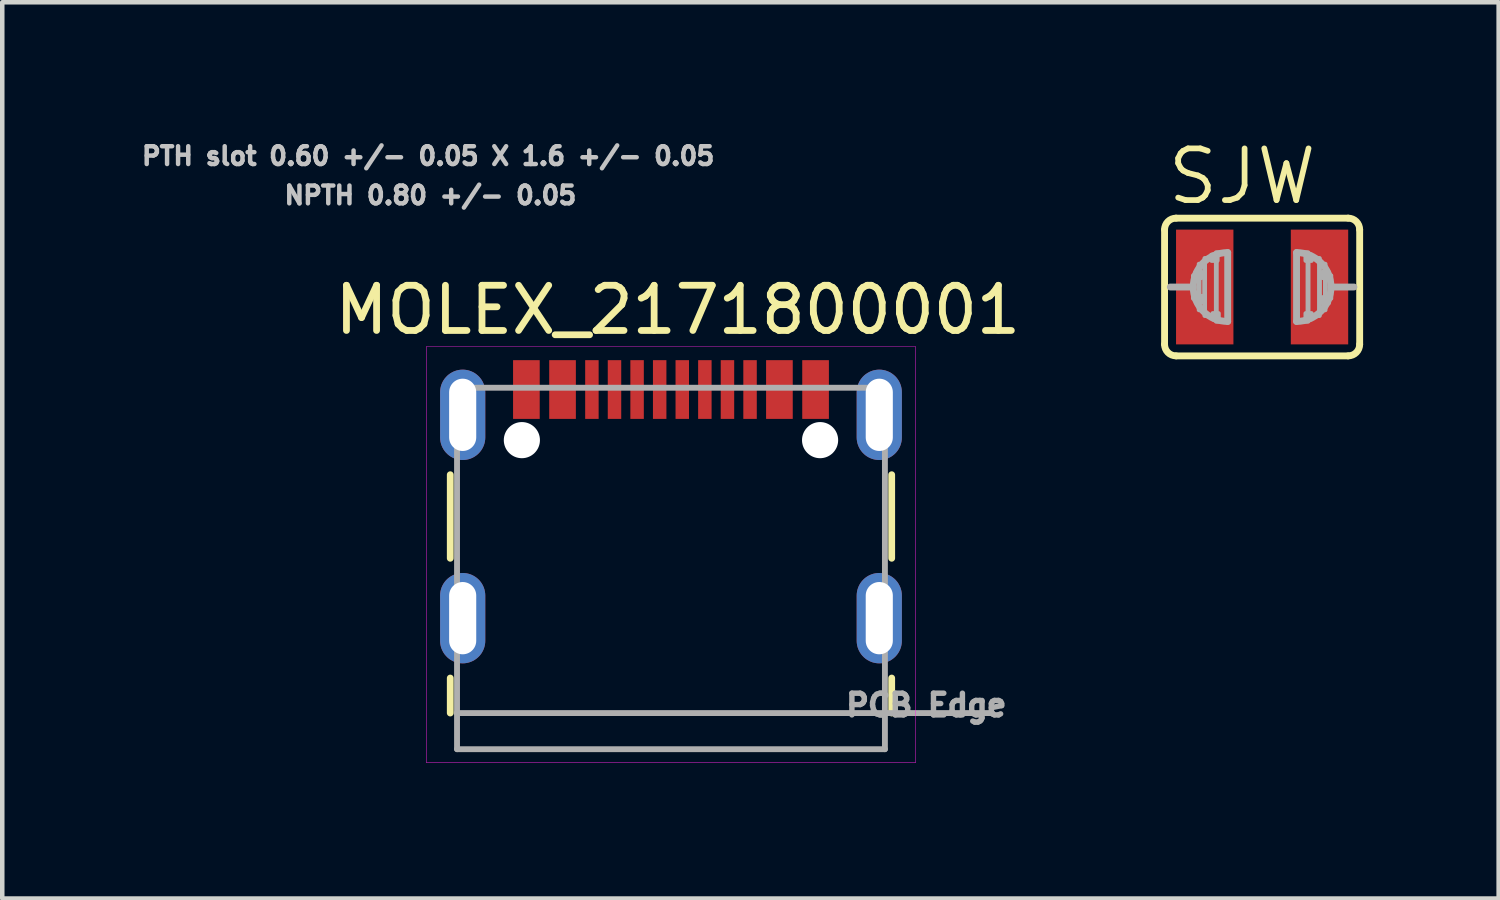
<source format=kicad_pcb>
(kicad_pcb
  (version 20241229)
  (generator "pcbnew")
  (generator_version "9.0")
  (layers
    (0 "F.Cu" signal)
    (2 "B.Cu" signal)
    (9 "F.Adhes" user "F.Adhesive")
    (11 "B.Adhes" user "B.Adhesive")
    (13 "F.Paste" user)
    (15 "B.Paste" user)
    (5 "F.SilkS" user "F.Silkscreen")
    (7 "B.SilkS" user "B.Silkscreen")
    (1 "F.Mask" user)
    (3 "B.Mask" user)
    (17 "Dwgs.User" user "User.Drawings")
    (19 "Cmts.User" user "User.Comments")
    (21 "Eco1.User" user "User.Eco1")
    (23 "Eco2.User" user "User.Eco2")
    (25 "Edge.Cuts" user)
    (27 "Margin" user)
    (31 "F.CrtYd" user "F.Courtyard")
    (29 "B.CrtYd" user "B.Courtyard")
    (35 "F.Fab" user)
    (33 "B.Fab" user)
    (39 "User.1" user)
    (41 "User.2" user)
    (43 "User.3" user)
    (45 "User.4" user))
  (footprint "MOLEX_2171800001"
    (layer "F.Cu")
    (at 11.8 12.731)
    (property "Reference" "MOLEX_2171800001" (at 0.151 -8.922 0) (layer "F.SilkS") (effects (font (size 1 1) (thickness 0.15))))
    (attr smd)
    (fp_poly (pts (xy -2.759 -7.873) (xy -2.042 -7.873) (xy -2.042 -6.447) (xy -2.759 -6.447)) (stroke (width 0.01) (type solid)) (fill yes) (layer "F.Mask"))
    (fp_poly (pts (xy -1.962 -7.873) (xy -1.538 -7.873) (xy -1.538 -6.447) (xy -1.962 -6.447)) (stroke (width 0.01) (type solid)) (fill yes) (layer "F.Mask"))
    (fp_poly (pts (xy -1.462 -7.873) (xy -1.038 -7.873) (xy -1.038 -6.447) (xy -1.462 -6.447)) (stroke (width 0.01) (type solid)) (fill yes) (layer "F.Mask"))
    (fp_poly (pts (xy -0.963 -7.873) (xy -0.537 -7.873) (xy -0.537 -6.447) (xy -0.963 -6.447)) (stroke (width 0.01) (type solid)) (fill yes) (layer "F.Mask"))
    (fp_poly (pts (xy -0.463 -7.873) (xy -0.037 -7.873) (xy -0.037 -6.447) (xy -0.463 -6.447)) (stroke (width 0.01) (type solid)) (fill yes) (layer "F.Mask"))
    (fp_poly (pts (xy 0.037 -7.873) (xy 0.463 -7.873) (xy 0.463 -6.447) (xy 0.037 -6.447)) (stroke (width 0.01) (type solid)) (fill yes) (layer "F.Mask"))
    (fp_poly (pts (xy 0.537 -7.873) (xy 0.963 -7.873) (xy 0.963 -6.447) (xy 0.537 -6.447)) (stroke (width 0.01) (type solid)) (fill yes) (layer "F.Mask"))
    (fp_poly (pts (xy 1.038 -7.873) (xy 1.462 -7.873) (xy 1.462 -6.447) (xy 1.038 -6.447)) (stroke (width 0.01) (type solid)) (fill yes) (layer "F.Mask"))
    (fp_poly (pts (xy 1.538 -7.873) (xy 1.962 -7.873) (xy 1.962 -6.447) (xy 1.538 -6.447)) (stroke (width 0.01) (type solid)) (fill yes) (layer "F.Mask"))
    (fp_poly (pts (xy 2.042 -7.873) (xy 2.759 -7.873) (xy 2.759 -6.447) (xy 2.042 -6.447)) (stroke (width 0.01) (type solid)) (fill yes) (layer "F.Mask"))
    (fp_poly (pts (xy -3.558 -7.873) (xy -2.837 -7.873) (xy -2.837 -6.02) (xy -2.838 -5.998) (xy -2.84 -5.975) (xy -2.844 -5.952) (xy -2.849 -5.93) (xy -2.855 -5.908) (xy -2.862 -5.886) (xy -2.87 -5.865) (xy -2.879 -5.844) (xy -2.889 -5.823) (xy -2.9 -5.803) (xy -2.912 -5.784) (xy -2.925 -5.765) (xy -2.939 -5.747) (xy -2.954 -5.73) (xy -2.97 -5.713) (xy -2.987 -5.698) (xy -3.004 -5.683) (xy -3.022 -5.669) (xy -3.041 -5.656) (xy -3.06 -5.644) (xy -3.08 -5.632) (xy -3.1 -5.622) (xy -3.121 -5.613) (xy -3.143 -5.605) (xy -3.165 -5.598) (xy -3.187 -5.592) (xy -3.209 -5.587) (xy -3.232 -5.584) (xy -3.254 -5.581) (xy -3.275 -5.58) (xy -3.305 -5.58) (xy -3.329 -5.581) (xy -3.353 -5.583) (xy -3.377 -5.586) (xy -3.401 -5.59) (xy -3.424 -5.596) (xy -3.447 -5.603) (xy -3.47 -5.611) (xy -3.492 -5.62) (xy -3.514 -5.63) (xy -3.535 -5.642) (xy -3.556 -5.654) (xy -3.575 -5.668) (xy -3.594 -5.683) (xy -3.613 -5.698) (xy -3.63 -5.715) (xy -3.647 -5.732) (xy -3.662 -5.751) (xy -3.677 -5.77) (xy -3.691 -5.789) (xy -3.703 -5.81) (xy -3.715 -5.831) (xy -3.725 -5.853) (xy -3.734 -5.875) (xy -3.742 -5.898) (xy -3.749 -5.921) (xy -3.755 -5.944) (xy -3.759 -5.968) (xy -3.762 -5.992) (xy -3.764 -6.016) (xy -3.765 -6.04) (xy -3.765 -6.055) (xy -3.764 -6.07) (xy -3.764 -6.085) (xy -3.762 -6.1) (xy -3.76 -6.115) (xy -3.758 -6.129) (xy -3.755 -6.144) (xy -3.751 -6.159) (xy -3.747 -6.173) (xy -3.743 -6.187) (xy -3.738 -6.201) (xy -3.733 -6.215) (xy -3.727 -6.229) (xy -3.721 -6.243) (xy -3.715 -6.256) (xy -3.708 -6.269) (xy -3.7 -6.282) (xy -3.692 -6.295) (xy -3.684 -6.307) (xy -3.675 -6.319) (xy -3.666 -6.331) (xy -3.657 -6.343) (xy -3.647 -6.354) (xy -3.637 -6.365) (xy -3.626 -6.375) (xy -3.616 -6.386) (xy -3.604 -6.396) (xy -3.593 -6.405) (xy -3.581 -6.414) (xy -3.569 -6.423) (xy -3.558 -6.43) (xy -3.558 -7.873) (xy -3.558 -7.873)) (stroke (width 0.01) (type solid)) (fill yes) (layer "F.Mask"))
    (fp_poly (pts (xy 3.558 -7.873) (xy 2.837 -7.873) (xy 2.837 -6.02) (xy 2.838 -5.998) (xy 2.84 -5.975) (xy 2.844 -5.952) (xy 2.849 -5.93) (xy 2.855 -5.908) (xy 2.862 -5.886) (xy 2.87 -5.865) (xy 2.879 -5.844) (xy 2.889 -5.823) (xy 2.9 -5.803) (xy 2.912 -5.784) (xy 2.925 -5.765) (xy 2.939 -5.747) (xy 2.954 -5.73) (xy 2.97 -5.713) (xy 2.987 -5.698) (xy 3.004 -5.683) (xy 3.022 -5.669) (xy 3.041 -5.656) (xy 3.06 -5.644) (xy 3.08 -5.632) (xy 3.1 -5.622) (xy 3.121 -5.613) (xy 3.143 -5.605) (xy 3.165 -5.598) (xy 3.187 -5.592) (xy 3.209 -5.587) (xy 3.232 -5.584) (xy 3.254 -5.581) (xy 3.275 -5.58) (xy 3.305 -5.58) (xy 3.329 -5.581) (xy 3.353 -5.583) (xy 3.377 -5.586) (xy 3.401 -5.59) (xy 3.424 -5.596) (xy 3.447 -5.603) (xy 3.47 -5.611) (xy 3.492 -5.62) (xy 3.514 -5.63) (xy 3.535 -5.642) (xy 3.556 -5.654) (xy 3.575 -5.668) (xy 3.594 -5.683) (xy 3.613 -5.698) (xy 3.63 -5.715) (xy 3.647 -5.732) (xy 3.662 -5.751) (xy 3.677 -5.77) (xy 3.691 -5.789) (xy 3.703 -5.81) (xy 3.715 -5.831) (xy 3.725 -5.853) (xy 3.734 -5.875) (xy 3.742 -5.898) (xy 3.749 -5.921) (xy 3.755 -5.944) (xy 3.759 -5.968) (xy 3.762 -5.992) (xy 3.764 -6.016) (xy 3.765 -6.04) (xy 3.765 -6.055) (xy 3.764 -6.07) (xy 3.764 -6.085) (xy 3.762 -6.1) (xy 3.76 -6.115) (xy 3.758 -6.129) (xy 3.755 -6.144) (xy 3.751 -6.159) (xy 3.747 -6.173) (xy 3.743 -6.187) (xy 3.738 -6.201) (xy 3.733 -6.215) (xy 3.727 -6.229) (xy 3.721 -6.243) (xy 3.715 -6.256) (xy 3.708 -6.269) (xy 3.7 -6.282) (xy 3.692 -6.295) (xy 3.684 -6.307) (xy 3.675 -6.319) (xy 3.666 -6.331) (xy 3.657 -6.343) (xy 3.647 -6.354) (xy 3.637 -6.365) (xy 3.626 -6.375) (xy 3.616 -6.386) (xy 3.604 -6.396) (xy 3.593 -6.405) (xy 3.581 -6.414) (xy 3.569 -6.423) (xy 3.558 -6.43) (xy 3.558 -7.873) (xy 3.558 -7.873)) (stroke (width 0.01) (type solid)) (fill yes) (layer "F.Mask"))
    (fp_circle (center -3.3 -6.04) (end -3.068 -6.04) (stroke (width 0.464) (type solid)) (fill no) (layer "B.Mask"))
    (fp_circle (center 3.3 -6.04) (end 3.532 -6.04) (stroke (width 0.464) (type solid)) (fill no) (layer "B.Mask"))
    (fp_line (start -4.885 -3.425) (end -4.885 -5.275) (stroke (width 0.15) (type solid)) (layer "F.SilkS"))
    (fp_line (start -4.885 0) (end -4.885 -0.775) (stroke (width 0.15) (type solid)) (layer "F.SilkS"))
    (fp_line (start 4.885 -5.275) (end 4.885 -3.425) (stroke (width 0.15) (type solid)) (layer "F.SilkS"))
    (fp_line (start 4.885 -0.775) (end 4.885 0) (stroke (width 0.15) (type solid)) (layer "F.SilkS"))
    (fp_line (start -5.41 -8.11) (end 5.41 -8.11) (stroke (width 0.01) (type solid)) (layer "F.CrtYd"))
    (fp_line (start -5.41 1.1) (end -5.41 -8.11) (stroke (width 0.01) (type solid)) (layer "F.CrtYd"))
    (fp_line (start 5.41 -8.11) (end 5.41 1.1) (stroke (width 0.01) (type solid)) (layer "F.CrtYd"))
    (fp_line (start 5.41 1.1) (end -5.41 1.1) (stroke (width 0.01) (type solid)) (layer "F.CrtYd"))
    (fp_line (start -4.735 -7.2) (end 4.735 -7.2) (stroke (width 0.13) (type solid)) (layer "F.Fab"))
    (fp_line (start -4.735 0) (end -4.735 -7.2) (stroke (width 0.13) (type solid)) (layer "F.Fab"))
    (fp_line (start -4.735 0) (end -4.735 0.8) (stroke (width 0.13) (type solid)) (layer "F.Fab"))
    (fp_line (start 4.735 -7.2) (end 4.735 0) (stroke (width 0.13) (type solid)) (layer "F.Fab"))
    (fp_line (start 4.735 0) (end -4.735 0) (stroke (width 0.13) (type solid)) (layer "F.Fab"))
    (fp_line (start 4.735 0) (end 7.11 0) (stroke (width 0.13) (type solid)) (layer "F.Fab"))
    (fp_line (start 4.735 0.8) (end -4.735 0.8) (stroke (width 0.13) (type solid)) (layer "F.Fab"))
    (fp_line (start 4.735 0.8) (end 4.735 0) (stroke (width 0.13) (type solid)) (layer "F.Fab"))
    (fp_text user "NPTH 0.80 +/- 0.05" (at -5.324 -11.458 0) (layer "Dwgs.User") (effects (font (size 0.394 0.394) (thickness 0.15))))
    (fp_text user "PTH slot 0.60 +/- 0.05 X 1.6 +/- 0.05" (at -5.374 -12.328 0) (layer "Dwgs.User") (effects (font (size 0.394 0.394) (thickness 0.15))))
    (fp_text user "PCB Edge" (at 5.65 -0.175 0) (layer "F.Fab") (effects (font (size 0.48 0.48) (thickness 0.15))))
    (pad "" np_thru_hole circle (at -3.3 -6.04) (size 0.8 0.8) (drill 0.8) (layers "*.Cu" "*.Mask"))
    (pad "" np_thru_hole circle (at 3.3 -6.04) (size 0.8 0.8) (drill 0.8) (layers "*.Cu" "*.Mask"))
    (pad "A1B12" smd rect (at -3.2 -7.16) (size 0.59 1.3) (layers "F.Cu" "F.Paste"))
    (pad "A4B9" smd rect (at -2.4 -7.16) (size 0.59 1.3) (layers "F.Cu" "F.Paste"))
    (pad "A5" smd rect (at -1.25 -7.16) (size 0.298 1.3) (layers "F.Cu" "F.Paste"))
    (pad "A6" smd rect (at -0.25 -7.16) (size 0.298 1.3) (layers "F.Cu" "F.Paste"))
    (pad "A7" smd rect (at 0.25 -7.16) (size 0.298 1.3) (layers "F.Cu" "F.Paste"))
    (pad "A8" smd rect (at 1.25 -7.16) (size 0.298 1.3) (layers "F.Cu" "F.Paste"))
    (pad "B1A12" smd rect (at 3.2 -7.16) (size 0.59 1.3) (layers "F.Cu" "F.Paste"))
    (pad "B4A9" smd rect (at 2.4 -7.16) (size 0.59 1.3) (layers "F.Cu" "F.Paste"))
    (pad "B5" smd rect (at 1.75 -7.16) (size 0.298 1.3) (layers "F.Cu" "F.Paste"))
    (pad "B6" smd rect (at 0.75 -7.16) (size 0.298 1.3) (layers "F.Cu" "F.Paste"))
    (pad "B7" smd rect (at -0.75 -7.16) (size 0.298 1.3) (layers "F.Cu" "F.Paste"))
    (pad "B8" smd rect (at -1.75 -7.16) (size 0.298 1.3) (layers "F.Cu" "F.Paste"))
    (pad "SH1" thru_hole oval (at -4.61 -2.1) (size 1 2) (drill oval 0.6 1.6) (layers "*.Cu" "*.Mask"))
    (pad "SH2" thru_hole oval (at 4.61 -2.1) (size 1 2) (drill oval 0.6 1.6) (layers "*.Cu" "*.Mask"))
    (pad "SH3" thru_hole oval (at -4.61 -6.6) (size 1 2) (drill oval 0.6 1.6) (layers "*.Cu" "*.Mask"))
    (pad "SH4" thru_hole oval (at 4.61 -6.6) (size 1 2) (drill oval 0.6 1.6) (layers "*.Cu" "*.Mask")))
  (footprint "SJW"
    (layer "F.Cu")
    (at 24.883 3.302)
    (property "Reference" "SJW" (at -2.159 -1.778 0) (layer "F.SilkS") (effects (font (size 1.143 1.143) (thickness 0.127)) (justify left bottom)))
    (fp_line (start -2.159 1.27) (end -2.159 -1.27) (stroke (width 0.152) (type solid)) (layer "F.SilkS"))
    (fp_line (start -1.905 -1.524) (end 1.905 -1.524) (stroke (width 0.152) (type solid)) (layer "F.SilkS"))
    (fp_line (start 1.905 1.524) (end -1.905 1.524) (stroke (width 0.152) (type solid)) (layer "F.SilkS"))
    (fp_line (start 2.159 1.27) (end 2.159 -1.27) (stroke (width 0.152) (type solid)) (layer "F.SilkS"))
    (fp_arc (start -2.159 -1.27) (mid -2.084605 -1.449605) (end -1.905 -1.524) (stroke (width 0.1524) (type solid)) (layer "F.SilkS"))
    (fp_arc (start -1.905 1.524) (mid -2.084605 1.449605) (end -2.159 1.27) (stroke (width 0.1524) (type solid)) (layer "F.SilkS"))
    (fp_arc (start 1.905 -1.524) (mid 2.084605 -1.449605) (end 2.159 -1.27) (stroke (width 0.1524) (type solid)) (layer "F.SilkS"))
    (fp_arc (start 2.159 1.27) (mid 2.084605 1.449605) (end 1.905 1.524) (stroke (width 0.1524) (type solid)) (layer "F.SilkS"))
    (fp_line (start -1.524 0) (end -2.032 0) (stroke (width 0.152) (type solid)) (layer "F.Fab"))
    (fp_line (start -0.762 -0.762) (end -0.762 0.762) (stroke (width 0.152) (type solid)) (layer "F.Fab"))
    (fp_line (start 0.762 -0.762) (end 0.762 0.762) (stroke (width 0.152) (type solid)) (layer "F.Fab"))
    (fp_line (start 1.524 0) (end 2.032 0) (stroke (width 0.152) (type solid)) (layer "F.Fab"))
    (fp_arc (start -0.762 0.762) (mid -1.524 0) (end -0.762 -0.762) (stroke (width 0.1524) (type solid)) (layer "F.Fab"))
    (fp_arc (start 0.762 -0.762) (mid 1.524 0) (end 0.762 0.762) (stroke (width 0.1524) (type solid)) (layer "F.Fab"))
    (fp_poly (pts (xy -1.524 0.254) (xy -1.397 0.254) (xy -1.397 -0.254) (xy -1.524 -0.254)) (stroke (width 0.1) (type default)) (fill no) (layer "F.Fab"))
    (fp_poly (pts (xy -1.473 -0.203) (xy -1.346 -0.203) (xy -1.346 -0.33) (xy -1.473 -0.33)) (stroke (width 0.1) (type default)) (fill no) (layer "F.Fab"))
    (fp_poly (pts (xy -1.448 0.33) (xy -1.321 0.33) (xy -1.321 0.203) (xy -1.448 0.203)) (stroke (width 0.1) (type default)) (fill no) (layer "F.Fab"))
    (fp_poly (pts (xy -1.397 0.508) (xy -1.27 0.508) (xy -1.27 -0.508) (xy -1.397 -0.508)) (stroke (width 0.1) (type default)) (fill no) (layer "F.Fab"))
    (fp_poly (pts (xy -1.27 0.635) (xy -1.016 0.635) (xy -1.016 -0.635) (xy -1.27 -0.635)) (stroke (width 0.1) (type default)) (fill no) (layer "F.Fab"))
    (fp_poly (pts (xy -1.118 -0.584) (xy -0.991 -0.584) (xy -0.991 -0.711) (xy -1.118 -0.711)) (stroke (width 0.1) (type default)) (fill no) (layer "F.Fab"))
    (fp_poly (pts (xy -1.092 0.711) (xy -0.965 0.711) (xy -0.965 0.584) (xy -1.092 0.584)) (stroke (width 0.1) (type default)) (fill no) (layer "F.Fab"))
    (fp_poly (pts (xy -1.016 0.762) (xy -0.762 0.762) (xy -0.762 -0.762) (xy -1.016 -0.762)) (stroke (width 0.1) (type default)) (fill no) (layer "F.Fab"))
    (fp_poly (pts (xy 0.762 0.762) (xy 1.016 0.762) (xy 1.016 -0.762) (xy 0.762 -0.762)) (stroke (width 0.1) (type default)) (fill no) (layer "F.Fab"))
    (fp_poly (pts (xy 0.965 -0.584) (xy 1.092 -0.584) (xy 1.092 -0.711) (xy 0.965 -0.711)) (stroke (width 0.1) (type default)) (fill no) (layer "F.Fab"))
    (fp_poly (pts (xy 0.965 0.711) (xy 1.092 0.711) (xy 1.092 0.584) (xy 0.965 0.584)) (stroke (width 0.1) (type default)) (fill no) (layer "F.Fab"))
    (fp_poly (pts (xy 1.016 0.635) (xy 1.27 0.635) (xy 1.27 -0.635) (xy 1.016 -0.635)) (stroke (width 0.1) (type default)) (fill no) (layer "F.Fab"))
    (fp_poly (pts (xy 1.27 0.508) (xy 1.397 0.508) (xy 1.397 -0.508) (xy 1.27 -0.508)) (stroke (width 0.1) (type default)) (fill no) (layer "F.Fab"))
    (fp_poly (pts (xy 1.346 -0.203) (xy 1.473 -0.203) (xy 1.473 -0.33) (xy 1.346 -0.33)) (stroke (width 0.1) (type default)) (fill no) (layer "F.Fab"))
    (fp_poly (pts (xy 1.346 0.356) (xy 1.473 0.356) (xy 1.473 0.229) (xy 1.346 0.229)) (stroke (width 0.1) (type default)) (fill no) (layer "F.Fab"))
    (fp_poly (pts (xy 1.397 0.254) (xy 1.524 0.254) (xy 1.524 -0.254) (xy 1.397 -0.254)) (stroke (width 0.1) (type default)) (fill no) (layer "F.Fab"))
    (pad "1" smd rect (at -1.27 0) (size 1.27 2.54) (layers "F.Cu" "F.Mask" "F.Paste"))
    (pad "2" smd rect (at 1.27 0) (size 1.27 2.54) (layers "F.Cu" "F.Mask" "F.Paste")))
  (gr_rect
    (start -3 -3)
    (end 30.118 16.836)
    (stroke (width 0.1) (type default))
    (fill no)
    (layer "Edge.Cuts")))
</source>
